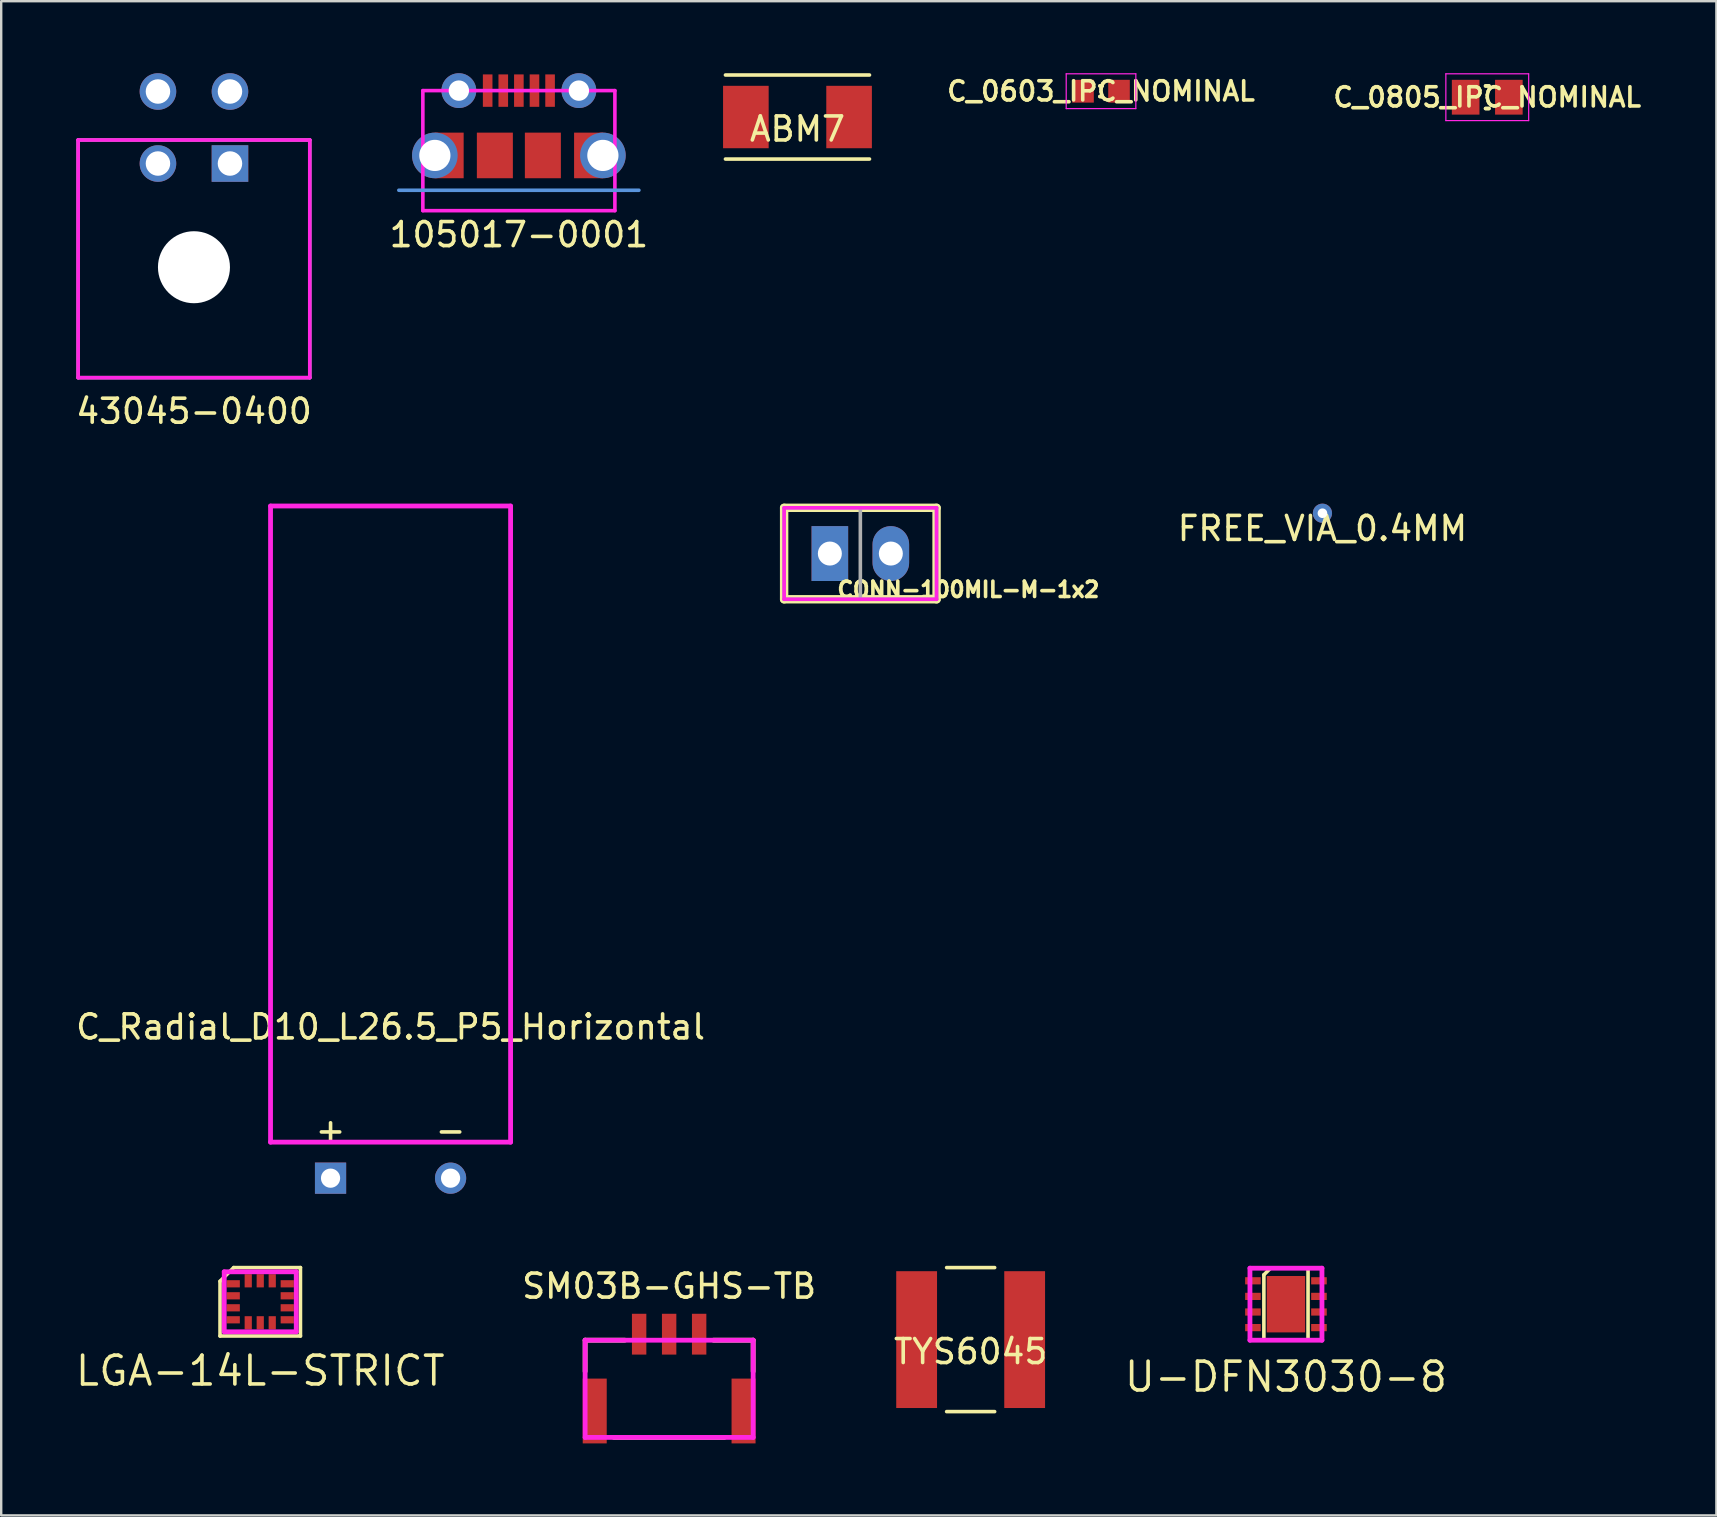
<source format=kicad_pcb>
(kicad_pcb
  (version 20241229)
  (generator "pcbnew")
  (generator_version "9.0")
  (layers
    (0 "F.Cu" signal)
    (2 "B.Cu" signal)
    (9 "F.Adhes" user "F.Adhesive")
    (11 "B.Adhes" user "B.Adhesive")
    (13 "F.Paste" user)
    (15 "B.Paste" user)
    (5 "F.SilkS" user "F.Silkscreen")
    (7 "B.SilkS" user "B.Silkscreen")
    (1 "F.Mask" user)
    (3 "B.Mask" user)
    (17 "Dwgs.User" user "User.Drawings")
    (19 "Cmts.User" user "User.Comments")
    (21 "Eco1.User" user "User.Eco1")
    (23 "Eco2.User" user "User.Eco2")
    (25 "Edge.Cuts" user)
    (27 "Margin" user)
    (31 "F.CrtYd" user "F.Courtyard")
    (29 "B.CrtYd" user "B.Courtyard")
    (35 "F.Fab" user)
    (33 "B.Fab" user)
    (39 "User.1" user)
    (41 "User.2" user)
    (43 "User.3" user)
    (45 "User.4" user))
  (footprint "105017-0001"
    (layer "F.Cu")
    (at 18.565 0.725)
    (property "Reference" "105017-0001" (at 0 6 0) (layer "F.SilkS") (effects (font (size 1 1) (thickness 0.15))))
    (attr through_hole)
    (fp_line (start -5 4.15) (end 5 4.15) (stroke (width 0.15) (type solid)) (layer "Cmts.User"))
    (fp_line (start -4 0) (end 4 0) (stroke (width 0.15) (type solid)) (layer "F.CrtYd"))
    (fp_line (start -4 5) (end -4 0) (stroke (width 0.15) (type solid)) (layer "F.CrtYd"))
    (fp_line (start 4 0) (end 4 5) (stroke (width 0.15) (type solid)) (layer "F.CrtYd"))
    (fp_line (start 4 5) (end -4 5) (stroke (width 0.15) (type solid)) (layer "F.CrtYd"))
    (pad "" thru_hole circle (at -3.5 2.7) (size 1.9 1.9) (drill 1.3) (layers "*.Cu" "*.Mask"))
    (pad "" smd rect (at -2.9 2.7) (size 1.2 1.9) (layers "F.Cu" "F.Mask"))
    (pad "" thru_hole circle (at -2.5 0) (size 1.45 1.45) (drill 0.85) (layers "*.Cu" "*.Mask"))
    (pad "" smd rect (at -1 2.7) (size 1.5 1.9) (layers "F.Cu" "F.Mask" "F.Paste"))
    (pad "" smd rect (at 1 2.7) (size 1.5 1.9) (layers "F.Cu" "F.Mask" "F.Paste"))
    (pad "" thru_hole circle (at 2.5 0) (size 1.45 1.45) (drill 0.85) (layers "*.Cu" "*.Mask"))
    (pad "" smd rect (at 2.9 2.7) (size 1.2 1.9) (layers "F.Cu" "F.Mask"))
    (pad "" thru_hole circle (at 3.5 2.7) (size 1.9 1.9) (drill 1.3) (layers "*.Cu" "*.Mask"))
    (pad "1" smd rect (at -1.3 0) (size 0.4 1.35) (layers "F.Cu" "F.Mask" "F.Paste"))
    (pad "2" smd rect (at -0.65 0) (size 0.4 1.35) (layers "F.Cu" "F.Mask" "F.Paste"))
    (pad "3" smd rect (at 0 0) (size 0.4 1.35) (layers "F.Cu" "F.Mask" "F.Paste"))
    (pad "4" smd rect (at 0.65 0) (size 0.4 1.35) (layers "F.Cu" "F.Mask" "F.Paste"))
    (pad "5" smd rect (at 1.3 0) (size 0.4 1.35) (layers "F.Cu" "F.Mask" "F.Paste")))
  (footprint "ABM7"
    (layer "F.Cu")
    (at 30.171 1.825)
    (property "Reference" "ABM7" (at 0 0.5 0) (layer "F.SilkS") (effects (font (size 1 1) (thickness 0.15))))
    (attr through_hole)
    (fp_line (start -3 -1.75) (end 3 -1.75) (stroke (width 0.15) (type solid)) (layer "F.SilkS"))
    (fp_line (start -3 1.75) (end 3 1.75) (stroke (width 0.15) (type solid)) (layer "F.SilkS"))
    (pad "1" smd rect (at -2.15 0) (size 1.9 2.6) (layers "F.Cu" "F.Mask" "F.Paste"))
    (pad "2" smd rect (at 2.15 0) (size 1.9 2.6) (layers "F.Cu" "F.Mask" "F.Paste")))
  (footprint "LGA-14L-STRICT"
    (layer "F.Cu")
    (at 7.791 51.18)
    (property "Reference" "LGA-14L-STRICT" (at 0 2.875 0) (layer "F.SilkS") (effects (font (size 1.2 1.2) (thickness 0.15))))
    (attr through_hole)
    (fp_line (start -1.675 -0.855) (end -1.675 1.425) (stroke (width 0.15) (type solid)) (layer "F.SilkS"))
    (fp_line (start -1.675 1.425) (end 1.675 1.425) (stroke (width 0.15) (type solid)) (layer "F.SilkS"))
    (fp_line (start -1.105 -1.425) (end -1.675 -0.855) (stroke (width 0.15) (type solid)) (layer "F.SilkS"))
    (fp_line (start 1.675 -1.425) (end -1.105 -1.425) (stroke (width 0.15) (type solid)) (layer "F.SilkS"))
    (fp_line (start 1.675 1.425) (end 1.675 -1.425) (stroke (width 0.15) (type solid)) (layer "F.SilkS"))
    (fp_line (start -1.5 -1.25) (end 1.5 -1.25) (stroke (width 0.2) (type solid)) (layer "F.CrtYd"))
    (fp_line (start -1.5 1.25) (end -1.5 -1.25) (stroke (width 0.2) (type solid)) (layer "F.CrtYd"))
    (fp_line (start 1.5 -1.25) (end 1.5 1.25) (stroke (width 0.2) (type solid)) (layer "F.CrtYd"))
    (fp_line (start 1.5 1.25) (end -1.5 1.25) (stroke (width 0.2) (type solid)) (layer "F.CrtYd"))
    (pad "1" smd rect (at -1.125 -0.75) (size 0.55 0.3) (layers "F.Cu" "F.Mask" "F.Paste"))
    (pad "2" smd rect (at -1.125 -0.25) (size 0.55 0.3) (layers "F.Cu" "F.Mask" "F.Paste"))
    (pad "3" smd rect (at -1.125 0.25) (size 0.55 0.3) (layers "F.Cu" "F.Mask" "F.Paste"))
    (pad "4" smd rect (at -1.125 0.75) (size 0.55 0.3) (layers "F.Cu" "F.Mask" "F.Paste"))
    (pad "5" smd rect (at -0.5 0.875) (size 0.3 0.55) (layers "F.Cu" "F.Mask" "F.Paste"))
    (pad "6" smd rect (at 0 0.875) (size 0.3 0.55) (layers "F.Cu" "F.Mask" "F.Paste"))
    (pad "7" smd rect (at 0.5 0.875) (size 0.3 0.55) (layers "F.Cu" "F.Mask" "F.Paste"))
    (pad "8" smd rect (at 1.125 0.75) (size 0.55 0.3) (layers "F.Cu" "F.Mask" "F.Paste"))
    (pad "9" smd rect (at 1.125 0.25) (size 0.55 0.3) (layers "F.Cu" "F.Mask" "F.Paste"))
    (pad "10" smd rect (at 1.125 -0.25) (size 0.55 0.3) (layers "F.Cu" "F.Mask" "F.Paste"))
    (pad "11" smd rect (at 1.125 -0.75) (size 0.55 0.3) (layers "F.Cu" "F.Mask" "F.Paste"))
    (pad "12" smd rect (at 0.5 -0.875) (size 0.3 0.55) (layers "F.Cu" "F.Mask" "F.Paste"))
    (pad "13" smd rect (at 0 -0.875) (size 0.3 0.55) (layers "F.Cu" "F.Mask" "F.Paste"))
    (pad "14" smd rect (at -0.5 -0.875) (size 0.3 0.55) (layers "F.Cu" "F.Mask" "F.Paste")))
  (footprint "C_0805_IPC_NOMINAL"
    (layer "F.Cu")
    (at 58.906 1)
    (property "Reference" "C_0805_IPC_NOMINAL" (at 0 0 0) (layer "F.SilkS") (effects (font (size 0.8 0.8) (thickness 0.15))))
    (attr smd)
    (fp_line (start -0.071 -0.471) (end 0.071 -0.471) (stroke (width 0.15) (type solid)) (layer "F.SilkS"))
    (fp_line (start -0.071 0.471) (end 0.071 0.471) (stroke (width 0.15) (type solid)) (layer "F.SilkS"))
    (fp_line (start 0.071 -0.471) (end -0.071 -0.471) (stroke (width 0.15) (type solid)) (layer "F.SilkS"))
    (fp_line (start 0.071 0.471) (end -0.071 0.471) (stroke (width 0.15) (type solid)) (layer "F.SilkS"))
    (fp_line (start -1.725 -0.975) (end 1.725 -0.975) (stroke (width 0.05) (type solid)) (layer "F.CrtYd"))
    (fp_line (start -1.725 0.975) (end -1.725 -0.975) (stroke (width 0.05) (type solid)) (layer "F.CrtYd"))
    (fp_line (start 1.725 -0.975) (end 1.725 0.975) (stroke (width 0.05) (type solid)) (layer "F.CrtYd"))
    (fp_line (start 1.725 0.975) (end -1.725 0.975) (stroke (width 0.05) (type solid)) (layer "F.CrtYd"))
    (pad "1" smd rect (at -0.9 0) (size 1.15 1.45) (layers "F.Cu" "F.Mask" "F.Paste"))
    (pad "2" smd rect (at 0.9 0) (size 1.15 1.45) (layers "F.Cu" "F.Mask" "F.Paste")))
  (footprint "C_Radial_D10_L26.5_P5_Horizontal"
    (layer "F.Cu")
    (at 13.22 46.03)
    (property "Reference" "C_Radial_D10_L26.5_P5_Horizontal" (at 0 -6.3 0) (layer "F.SilkS") (effects (font (size 1 1) (thickness 0.15))))
    (attr through_hole)
    (fp_line (start -5 -28) (end 5 -28) (stroke (width 0.2) (type solid)) (layer "F.CrtYd"))
    (fp_line (start -5 -1.5) (end -5 -28) (stroke (width 0.2) (type solid)) (layer "F.CrtYd"))
    (fp_line (start 5 -28) (end 5 -1.5) (stroke (width 0.2) (type solid)) (layer "F.CrtYd"))
    (fp_line (start 5 -1.5) (end -5 -1.5) (stroke (width 0.2) (type solid)) (layer "F.CrtYd"))
    (fp_text user "-" (at 2.5 -2 0) (layer "F.SilkS") (effects (font (size 1 1) (thickness 0.15))))
    (fp_text user "+" (at -2.5 -2 0) (layer "F.SilkS") (effects (font (size 1 1) (thickness 0.15))))
    (pad "1" thru_hole rect (at -2.5 0) (size 1.3 1.3) (drill 0.8) (layers "*.Cu" "*.Mask"))
    (pad "2" thru_hole circle (at 2.5 0) (size 1.3 1.3) (drill 0.8) (layers "*.Cu" "*.Mask")))
  (footprint "C_0603_IPC_NOMINAL"
    (layer "F.Cu")
    (at 42.816 0.75)
    (property "Reference" "C_0603_IPC_NOMINAL" (at 0 0 0) (layer "F.SilkS") (effects (font (size 0.8 0.8) (thickness 0.15))))
    (attr smd)
    (fp_line (start -0.046 -0.221) (end 0.046 -0.221) (stroke (width 0.15) (type solid)) (layer "F.SilkS"))
    (fp_line (start -0.046 0.221) (end 0.046 0.221) (stroke (width 0.15) (type solid)) (layer "F.SilkS"))
    (fp_line (start 0.046 -0.221) (end -0.046 -0.221) (stroke (width 0.15) (type solid)) (layer "F.SilkS"))
    (fp_line (start 0.046 0.221) (end -0.046 0.221) (stroke (width 0.15) (type solid)) (layer "F.SilkS"))
    (fp_line (start -1.45 -0.725) (end 1.45 -0.725) (stroke (width 0.05) (type solid)) (layer "F.CrtYd"))
    (fp_line (start -1.45 0.725) (end -1.45 -0.725) (stroke (width 0.05) (type solid)) (layer "F.CrtYd"))
    (fp_line (start 1.45 -0.725) (end 1.45 0.725) (stroke (width 0.05) (type solid)) (layer "F.CrtYd"))
    (fp_line (start 1.45 0.725) (end -1.45 0.725) (stroke (width 0.05) (type solid)) (layer "F.CrtYd"))
    (pad "1" smd rect (at -0.75 0) (size 0.9 0.95) (layers "F.Cu" "F.Mask" "F.Paste"))
    (pad "2" smd rect (at 0.75 0) (size 0.9 0.95) (layers "F.Cu" "F.Mask" "F.Paste")))
  (footprint "TYS6045"
    (layer "F.Cu")
    (at 37.385 52.755)
    (property "Reference" "TYS6045" (at 0 0.5 0) (layer "F.SilkS") (effects (font (size 1 1) (thickness 0.15))))
    (attr through_hole)
    (fp_line (start -1 -3) (end 1 -3) (stroke (width 0.15) (type solid)) (layer "F.SilkS"))
    (fp_line (start -1 3) (end 1 3) (stroke (width 0.15) (type solid)) (layer "F.SilkS"))
    (pad "1" smd rect (at -2.25 0) (size 1.7 5.7) (layers "F.Cu" "F.Mask" "F.Paste"))
    (pad "2" smd rect (at 2.25 0) (size 1.7 5.7) (layers "F.Cu" "F.Mask" "F.Paste")))
  (footprint "CONN-100MIL-M-1x2"
    (placed yes)
    (layer "F.Cu")
    (at 32.79 20.01)
    (property "Reference" "CONN-100MIL-M-1x2" (at 4.5 1.5 0) (layer "F.SilkS") (effects (font (size 0.64 0.64) (thickness 0.15))))
    (attr through_hole)
    (fp_line (start -3.175 -1.905) (end 3.175 -1.905) (stroke (width 0.35) (type solid)) (layer "F.SilkS"))
    (fp_line (start -3.175 1.905) (end -3.175 -1.905) (stroke (width 0.35) (type solid)) (layer "F.SilkS"))
    (fp_line (start 3.175 -1.905) (end 3.175 1.905) (stroke (width 0.35) (type solid)) (layer "F.SilkS"))
    (fp_line (start 3.175 1.905) (end -3.175 1.905) (stroke (width 0.35) (type solid)) (layer "F.SilkS"))
    (fp_line (start -3.175 -1.905) (end 3.175 -1.905) (stroke (width 0.15) (type solid)) (layer "F.CrtYd"))
    (fp_line (start -3.175 1.905) (end -3.175 -1.905) (stroke (width 0.15) (type solid)) (layer "F.CrtYd"))
    (fp_line (start 3.175 -1.905) (end 3.175 1.905) (stroke (width 0.15) (type solid)) (layer "F.CrtYd"))
    (fp_line (start 3.175 1.905) (end -3.175 1.905) (stroke (width 0.15) (type solid)) (layer "F.CrtYd"))
    (fp_line (start -3.175 -1.905) (end 3.175 -1.905) (stroke (width 0.15) (type solid)) (layer "F.Fab"))
    (fp_line (start -3.175 1.905) (end -3.175 -1.905) (stroke (width 0.15) (type solid)) (layer "F.Fab"))
    (fp_line (start 0 -1.905) (end 0 1.905) (stroke (width 0.15) (type solid)) (layer "F.Fab"))
    (fp_line (start 3.175 -1.905) (end 3.175 1.905) (stroke (width 0.15) (type solid)) (layer "F.Fab"))
    (fp_line (start 3.175 1.905) (end -3.175 1.905) (stroke (width 0.15) (type solid)) (layer "F.Fab"))
    (pad "1" thru_hole rect (at -1.27 0) (size 1.524 2.286) (drill 1) (layers "*.Cu" "*.Mask"))
    (pad "2" thru_hole oval (at 1.27 0) (size 1.524 2.286) (drill 1) (layers "*.Cu" "*.Mask")))
  (footprint "43045-0400"
    (layer "F.Cu")
    (at 5.03 8.082)
    (property "Reference" "43045-0400" (at 0 6 0) (layer "F.SilkS") (effects (font (size 1 1) (thickness 0.15))))
    (attr through_hole)
    (fp_line (start -4.825 -5.3) (end 4.825 -5.3) (stroke (width 0.15) (type solid)) (layer "F.CrtYd"))
    (fp_line (start -4.825 4.6) (end -4.825 -5.3) (stroke (width 0.15) (type solid)) (layer "F.CrtYd"))
    (fp_line (start -4.825 4.6) (end 4.825 4.6) (stroke (width 0.15) (type solid)) (layer "F.CrtYd"))
    (fp_line (start 4.825 -5.3) (end 4.825 4.6) (stroke (width 0.15) (type solid)) (layer "F.CrtYd"))
    (fp_line (start -4.825 -5.3) (end 4.825 -5.3) (stroke (width 0.15) (type solid)) (layer "F.Fab"))
    (fp_line (start -4.825 4.6) (end -4.825 -5.3) (stroke (width 0.15) (type solid)) (layer "F.Fab"))
    (fp_line (start -4.825 4.6) (end 4.825 4.6) (stroke (width 0.15) (type solid)) (layer "F.Fab"))
    (fp_line (start 4.825 -5.3) (end 4.825 4.6) (stroke (width 0.15) (type solid)) (layer "F.Fab"))
    (pad "" np_thru_hole circle (at 0 0) (size 3 3) (drill 3) (layers "*.Cu" "*.Mask"))
    (pad "1" thru_hole rect (at 1.5 -4.32) (size 1.524 1.524) (drill 1.02) (layers "*.Cu" "*.Mask"))
    (pad "2" thru_hole circle (at -1.5 -4.32) (size 1.524 1.524) (drill 1.02) (layers "*.Cu" "*.Mask"))
    (pad "3" thru_hole circle (at 1.5 -7.32) (size 1.524 1.524) (drill 1.02) (layers "*.Cu" "*.Mask"))
    (pad "4" thru_hole circle (at -1.5 -7.32) (size 1.524 1.524) (drill 1.02) (layers "*.Cu" "*.Mask")))
  (footprint "FREE_VIA_0.4MM"
    (layer "F.Cu")
    (at 52.04 18.33)
    (property "Reference" "FREE_VIA_0.4MM" (at 0 0.635 0) (layer "F.SilkS") (effects (font (size 1 1) (thickness 0.15))))
    (attr through_hole)
    (pad "" thru_hole circle (at 0 0) (size 0.8 0.8) (drill 0.4) (layers "*.Cu")))
  (footprint "U-DFN3030-8"
    (layer "F.Cu")
    (at 50.52 51.28)
    (property "Reference" "U-DFN3030-8" (at 0 3.025 0) (layer "F.SilkS") (effects (font (size 1.2 1.2) (thickness 0.15))))
    (attr through_hole)
    (fp_line (start -0.92 -1.224) (end -0.92 1.5) (stroke (width 0.15) (type solid)) (layer "F.SilkS"))
    (fp_line (start -0.92 1.5) (end 0.92 1.5) (stroke (width 0.15) (type solid)) (layer "F.SilkS"))
    (fp_line (start -0.644 -1.5) (end -0.92 -1.224) (stroke (width 0.15) (type solid)) (layer "F.SilkS"))
    (fp_line (start 0.92 -1.5) (end -0.644 -1.5) (stroke (width 0.15) (type solid)) (layer "F.SilkS"))
    (fp_line (start 0.92 1.5) (end 0.92 -1.5) (stroke (width 0.15) (type solid)) (layer "F.SilkS"))
    (fp_line (start -1.5 -1.5) (end 1.5 -1.5) (stroke (width 0.2) (type solid)) (layer "F.CrtYd"))
    (fp_line (start -1.5 1.5) (end -1.5 -1.5) (stroke (width 0.2) (type solid)) (layer "F.CrtYd"))
    (fp_line (start 1.5 -1.5) (end 1.5 1.5) (stroke (width 0.2) (type solid)) (layer "F.CrtYd"))
    (fp_line (start 1.5 1.5) (end -1.5 1.5) (stroke (width 0.2) (type solid)) (layer "F.CrtYd"))
    (pad "1" smd rect (at -1.375 -0.975) (size 0.65 0.3) (layers "F.Cu" "F.Mask" "F.Paste"))
    (pad "2" smd rect (at -1.375 -0.325) (size 0.65 0.3) (layers "F.Cu" "F.Mask" "F.Paste"))
    (pad "3" smd rect (at -1.375 0.325) (size 0.65 0.3) (layers "F.Cu" "F.Mask" "F.Paste"))
    (pad "4" smd rect (at -1.375 0.975) (size 0.65 0.3) (layers "F.Cu" "F.Mask" "F.Paste"))
    (pad "5" smd rect (at 1.375 0.975) (size 0.65 0.3) (layers "F.Cu" "F.Mask" "F.Paste"))
    (pad "6" smd rect (at 1.375 0.325) (size 0.65 0.3) (layers "F.Cu" "F.Mask" "F.Paste"))
    (pad "7" smd rect (at 1.375 -0.325) (size 0.65 0.3) (layers "F.Cu" "F.Mask" "F.Paste"))
    (pad "8" smd rect (at 1.375 -0.975) (size 0.65 0.3) (layers "F.Cu" "F.Mask" "F.Paste"))
    (pad "9" smd rect (at 0 0) (size 1.6 2.35) (layers "F.Cu" "F.Mask" "F.Paste")))
  (footprint "SM03B-GHS-TB"
    (layer "F.Cu")
    (at 24.825 52.529)
    (property "Reference" "SM03B-GHS-TB" (at 0 -2 0) (layer "F.SilkS") (effects (font (size 1 1) (thickness 0.15))))
    (attr through_hole)
    (fp_line (start -3.5 0.25) (end -1.85 0.25) (stroke (width 0.2) (type solid)) (layer "F.SilkS"))
    (fp_line (start -3.5 1.55) (end -3.5 0.25) (stroke (width 0.2) (type solid)) (layer "F.SilkS"))
    (fp_line (start 1.85 0.25) (end 3.5 0.25) (stroke (width 0.2) (type solid)) (layer "F.SilkS"))
    (fp_line (start 2.3 4.3) (end -2.3 4.3) (stroke (width 0.2) (type solid)) (layer "F.SilkS"))
    (fp_line (start 3.5 0.25) (end 3.5 1.55) (stroke (width 0.2) (type solid)) (layer "F.SilkS"))
    (fp_line (start -3.5 0.25) (end 3.5 0.25) (stroke (width 0.2) (type solid)) (layer "F.CrtYd"))
    (fp_line (start -3.5 4.3) (end -3.5 0.25) (stroke (width 0.2) (type solid)) (layer "F.CrtYd"))
    (fp_line (start -3.5 4.3) (end 3.5 4.3) (stroke (width 0.2) (type solid)) (layer "F.CrtYd"))
    (fp_line (start 3.5 0.25) (end 3.5 4.3) (stroke (width 0.2) (type solid)) (layer "F.CrtYd"))
    (pad "" smd rect (at -3.1 3.2) (size 1 2.7) (layers "F.Cu" "F.Mask" "F.Paste"))
    (pad "" smd rect (at 3.1 3.2) (size 1 2.7) (layers "F.Cu" "F.Mask" "F.Paste"))
    (pad "1" smd rect (at -1.25 0) (size 0.6 1.7) (layers "F.Cu" "F.Mask" "F.Paste"))
    (pad "2" smd rect (at 0 0) (size 0.6 1.7) (layers "F.Cu" "F.Mask" "F.Paste"))
    (pad "3" smd rect (at 1.25 0) (size 0.6 1.7) (layers "F.Cu" "F.Mask" "F.Paste")))
  (gr_rect
    (start -3 -3)
    (end 68.451 60.078)
    (stroke (width 0.1) (type default))
    (fill no)
    (layer "Edge.Cuts")))
</source>
